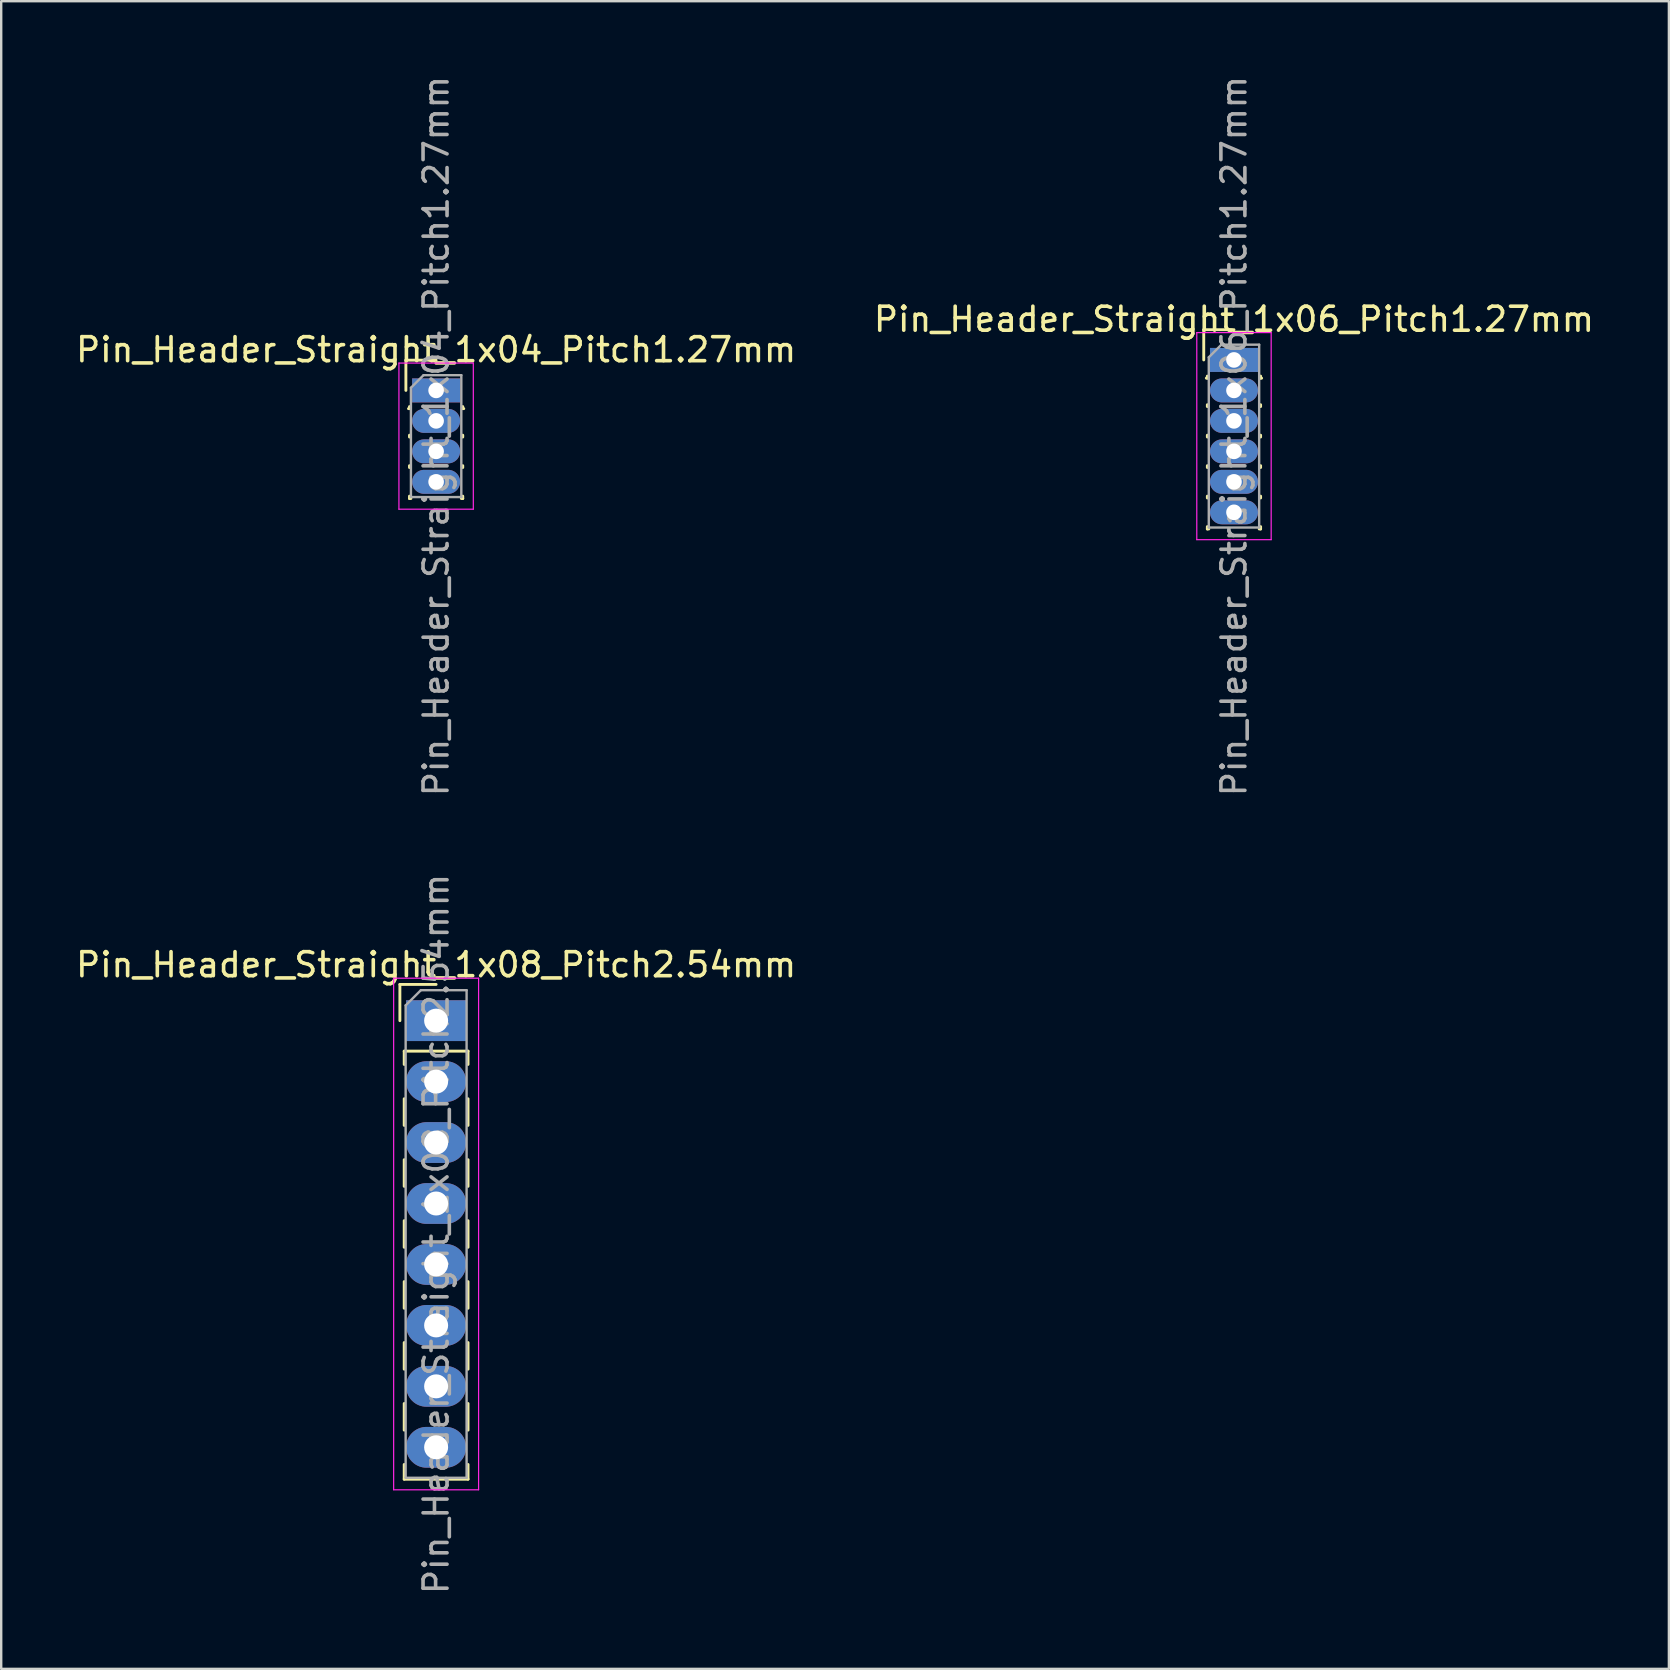
<source format=kicad_pcb>
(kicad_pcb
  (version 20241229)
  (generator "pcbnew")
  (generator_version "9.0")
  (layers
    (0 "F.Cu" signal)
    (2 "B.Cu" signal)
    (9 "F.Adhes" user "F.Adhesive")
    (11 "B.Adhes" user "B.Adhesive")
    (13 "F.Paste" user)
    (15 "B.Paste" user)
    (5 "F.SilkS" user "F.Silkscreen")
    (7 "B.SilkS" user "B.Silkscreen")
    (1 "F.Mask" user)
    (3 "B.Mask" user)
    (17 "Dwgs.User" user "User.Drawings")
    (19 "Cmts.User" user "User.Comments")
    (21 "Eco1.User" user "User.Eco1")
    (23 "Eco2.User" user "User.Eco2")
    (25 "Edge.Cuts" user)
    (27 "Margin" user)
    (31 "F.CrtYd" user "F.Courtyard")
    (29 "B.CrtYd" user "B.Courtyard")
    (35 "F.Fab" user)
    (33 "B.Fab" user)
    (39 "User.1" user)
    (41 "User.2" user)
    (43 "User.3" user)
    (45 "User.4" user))
  (footprint "Pin_Header_Straight_1x08_Pitch2.54mm"
    (layer "F.Cu")
    (at 15.125 39.485)
    (property "Reference" "Pin_Header_Straight_1x08_Pitch2.54mm" (at 0 -2.33 0) (layer "F.SilkS") (effects (font (size 1 1) (thickness 0.15))))
    (attr through_hole)
    (fp_line (start -1.51 -1.51) (end 0 -1.51) (stroke (width 0.12) (type solid)) (layer "F.SilkS"))
    (fp_line (start -1.51 0) (end -1.51 -1.51) (stroke (width 0.12) (type solid)) (layer "F.SilkS"))
    (fp_line (start -1.33 1.27) (end -1.33 1.825) (stroke (width 0.12) (type solid)) (layer "F.SilkS"))
    (fp_line (start -1.33 1.27) (end 1.33 1.27) (stroke (width 0.12) (type solid)) (layer "F.SilkS"))
    (fp_line (start -1.33 3.255) (end -1.33 4.365) (stroke (width 0.12) (type solid)) (layer "F.SilkS"))
    (fp_line (start -1.33 5.795) (end -1.33 6.905) (stroke (width 0.12) (type solid)) (layer "F.SilkS"))
    (fp_line (start -1.33 8.335) (end -1.33 9.445) (stroke (width 0.12) (type solid)) (layer "F.SilkS"))
    (fp_line (start -1.33 10.875) (end -1.33 11.985) (stroke (width 0.12) (type solid)) (layer "F.SilkS"))
    (fp_line (start -1.33 13.415) (end -1.33 14.525) (stroke (width 0.12) (type solid)) (layer "F.SilkS"))
    (fp_line (start -1.33 15.955) (end -1.33 17.065) (stroke (width 0.12) (type solid)) (layer "F.SilkS"))
    (fp_line (start -1.33 18.495) (end -1.33 19.11) (stroke (width 0.12) (type solid)) (layer "F.SilkS"))
    (fp_line (start -1.33 19.11) (end 1.33 19.11) (stroke (width 0.12) (type solid)) (layer "F.SilkS"))
    (fp_line (start 1.33 1.27) (end 1.33 1.825) (stroke (width 0.12) (type solid)) (layer "F.SilkS"))
    (fp_line (start 1.33 3.255) (end 1.33 4.365) (stroke (width 0.12) (type solid)) (layer "F.SilkS"))
    (fp_line (start 1.33 5.795) (end 1.33 6.905) (stroke (width 0.12) (type solid)) (layer "F.SilkS"))
    (fp_line (start 1.33 8.335) (end 1.33 9.445) (stroke (width 0.12) (type solid)) (layer "F.SilkS"))
    (fp_line (start 1.33 10.875) (end 1.33 11.985) (stroke (width 0.12) (type solid)) (layer "F.SilkS"))
    (fp_line (start 1.33 13.415) (end 1.33 14.525) (stroke (width 0.12) (type solid)) (layer "F.SilkS"))
    (fp_line (start 1.33 15.955) (end 1.33 17.065) (stroke (width 0.12) (type solid)) (layer "F.SilkS"))
    (fp_line (start 1.33 18.495) (end 1.33 19.11) (stroke (width 0.12) (type solid)) (layer "F.SilkS"))
    (fp_line (start -1.77 -1.77) (end -1.77 19.55) (stroke (width 0.05) (type solid)) (layer "F.CrtYd"))
    (fp_line (start -1.77 19.55) (end 1.77 19.55) (stroke (width 0.05) (type solid)) (layer "F.CrtYd"))
    (fp_line (start 1.77 -1.77) (end -1.77 -1.77) (stroke (width 0.05) (type solid)) (layer "F.CrtYd"))
    (fp_line (start 1.77 19.55) (end 1.77 -1.77) (stroke (width 0.05) (type solid)) (layer "F.CrtYd"))
    (fp_line (start -1.27 -0.635) (end -0.635 -1.27) (stroke (width 0.1) (type solid)) (layer "F.Fab"))
    (fp_line (start -1.27 19.05) (end -1.27 -0.635) (stroke (width 0.1) (type solid)) (layer "F.Fab"))
    (fp_line (start -0.635 -1.27) (end 1.27 -1.27) (stroke (width 0.1) (type solid)) (layer "F.Fab"))
    (fp_line (start 1.27 -1.27) (end 1.27 19.05) (stroke (width 0.1) (type solid)) (layer "F.Fab"))
    (fp_line (start 1.27 19.05) (end -1.27 19.05) (stroke (width 0.1) (type solid)) (layer "F.Fab"))
    (fp_text user "${REFERENCE}" (at 0 8.89 90) (layer "F.Fab") (effects (font (size 1 1) (thickness 0.15))))
    (pad "1" thru_hole rect (at 0 0) (size 2.5 1.7) (drill 1) (layers "*.Cu" "*.Mask"))
    (pad "2" thru_hole oval (at 0 2.54) (size 2.5 1.7) (drill 1) (layers "*.Cu" "*.Mask"))
    (pad "3" thru_hole oval (at 0 5.08) (size 2.5 1.7) (drill 1) (layers "*.Cu" "*.Mask"))
    (pad "4" thru_hole oval (at 0 7.62) (size 2.5 1.7) (drill 1) (layers "*.Cu" "*.Mask"))
    (pad "5" thru_hole oval (at 0 10.16) (size 2.5 1.7) (drill 1) (layers "*.Cu" "*.Mask"))
    (pad "6" thru_hole oval (at 0 12.7) (size 2.5 1.7) (drill 1) (layers "*.Cu" "*.Mask"))
    (pad "7" thru_hole oval (at 0 15.24) (size 2.5 1.7) (drill 1) (layers "*.Cu" "*.Mask"))
    (pad "8" thru_hole oval (at 0 17.78) (size 2.5 1.7) (drill 1) (layers "*.Cu" "*.Mask")))
  (footprint "Pin_Header_Straight_1x04_Pitch1.27mm"
    (layer "F.Cu")
    (at 15.125 13.22)
    (property "Reference" "Pin_Header_Straight_1x04_Pitch1.27mm" (at 0 -1.695 0) (layer "F.SilkS") (effects (font (size 1 1) (thickness 0.15))))
    (attr through_hole)
    (fp_line (start -1.26 -1.26) (end 0 -1.26) (stroke (width 0.12) (type solid)) (layer "F.SilkS"))
    (fp_line (start -1.26 0) (end -1.26 -1.26) (stroke (width 0.12) (type solid)) (layer "F.SilkS"))
    (fp_line (start -1.11 0.76) (end -1.152 0.76) (stroke (width 0.12) (type solid)) (layer "F.SilkS"))
    (fp_line (start -1.11 0.76) (end -1.11 0.674) (stroke (width 0.12) (type solid)) (layer "F.SilkS"))
    (fp_line (start -1.11 1.866) (end -1.11 1.944) (stroke (width 0.12) (type solid)) (layer "F.SilkS"))
    (fp_line (start -1.11 3.136) (end -1.11 3.214) (stroke (width 0.12) (type solid)) (layer "F.SilkS"))
    (fp_line (start -1.11 4.406) (end -1.11 4.505) (stroke (width 0.12) (type solid)) (layer "F.SilkS"))
    (fp_line (start -1.11 4.505) (end -1.051 4.505) (stroke (width 0.12) (type solid)) (layer "F.SilkS"))
    (fp_line (start 1.051 4.505) (end 1.11 4.505) (stroke (width 0.12) (type solid)) (layer "F.SilkS"))
    (fp_line (start 1.11 0.76) (end 1.11 0.674) (stroke (width 0.12) (type solid)) (layer "F.SilkS"))
    (fp_line (start 1.11 1.866) (end 1.11 1.944) (stroke (width 0.12) (type solid)) (layer "F.SilkS"))
    (fp_line (start 1.11 3.136) (end 1.11 3.214) (stroke (width 0.12) (type solid)) (layer "F.SilkS"))
    (fp_line (start 1.11 4.406) (end 1.11 4.505) (stroke (width 0.12) (type solid)) (layer "F.SilkS"))
    (fp_line (start 1.152 0.76) (end 1.11 0.76) (stroke (width 0.12) (type solid)) (layer "F.SilkS"))
    (fp_line (start -1.55 -1.14) (end -1.55 4.95) (stroke (width 0.05) (type solid)) (layer "F.CrtYd"))
    (fp_line (start -1.55 4.95) (end 1.55 4.95) (stroke (width 0.05) (type solid)) (layer "F.CrtYd"))
    (fp_line (start 1.55 -1.14) (end -1.55 -1.14) (stroke (width 0.05) (type solid)) (layer "F.CrtYd"))
    (fp_line (start 1.55 4.95) (end 1.55 -1.14) (stroke (width 0.05) (type solid)) (layer "F.CrtYd"))
    (fp_line (start -1.05 -0.11) (end -0.525 -0.635) (stroke (width 0.1) (type solid)) (layer "F.Fab"))
    (fp_line (start -1.05 4.445) (end -1.05 -0.11) (stroke (width 0.1) (type solid)) (layer "F.Fab"))
    (fp_line (start -0.525 -0.635) (end 1.05 -0.635) (stroke (width 0.1) (type solid)) (layer "F.Fab"))
    (fp_line (start 1.05 -0.635) (end 1.05 4.445) (stroke (width 0.1) (type solid)) (layer "F.Fab"))
    (fp_line (start 1.05 4.445) (end -1.05 4.445) (stroke (width 0.1) (type solid)) (layer "F.Fab"))
    (fp_text user "${REFERENCE}" (at 0 1.905 90) (layer "F.Fab") (effects (font (size 1 1) (thickness 0.15))))
    (pad "1" thru_hole rect (at 0 0) (size 2 1) (drill 0.65) (layers "*.Cu" "*.Mask"))
    (pad "2" thru_hole oval (at 0 1.27) (size 2 1) (drill 0.65) (layers "*.Cu" "*.Mask"))
    (pad "3" thru_hole oval (at 0 2.54) (size 2 1) (drill 0.65) (layers "*.Cu" "*.Mask"))
    (pad "4" thru_hole oval (at 0 3.81) (size 2 1) (drill 0.65) (layers "*.Cu" "*.Mask")))
  (footprint "Pin_Header_Straight_1x06_Pitch1.27mm"
    (layer "F.Cu")
    (at 48.375 11.95)
    (property "Reference" "Pin_Header_Straight_1x06_Pitch1.27mm" (at 0 -1.695 0) (layer "F.SilkS") (effects (font (size 1 1) (thickness 0.15))))
    (attr through_hole)
    (fp_line (start -1.26 -1.26) (end 0 -1.26) (stroke (width 0.12) (type solid)) (layer "F.SilkS"))
    (fp_line (start -1.26 0) (end -1.26 -1.26) (stroke (width 0.12) (type solid)) (layer "F.SilkS"))
    (fp_line (start -1.11 0.76) (end -1.152 0.76) (stroke (width 0.12) (type solid)) (layer "F.SilkS"))
    (fp_line (start -1.11 0.76) (end -1.11 0.674) (stroke (width 0.12) (type solid)) (layer "F.SilkS"))
    (fp_line (start -1.11 1.866) (end -1.11 1.944) (stroke (width 0.12) (type solid)) (layer "F.SilkS"))
    (fp_line (start -1.11 3.136) (end -1.11 3.214) (stroke (width 0.12) (type solid)) (layer "F.SilkS"))
    (fp_line (start -1.11 4.406) (end -1.11 4.484) (stroke (width 0.12) (type solid)) (layer "F.SilkS"))
    (fp_line (start -1.11 5.676) (end -1.11 5.754) (stroke (width 0.12) (type solid)) (layer "F.SilkS"))
    (fp_line (start -1.11 6.946) (end -1.11 7.045) (stroke (width 0.12) (type solid)) (layer "F.SilkS"))
    (fp_line (start -1.11 7.045) (end -1.051 7.045) (stroke (width 0.12) (type solid)) (layer "F.SilkS"))
    (fp_line (start 1.051 7.045) (end 1.11 7.045) (stroke (width 0.12) (type solid)) (layer "F.SilkS"))
    (fp_line (start 1.11 0.76) (end 1.11 0.674) (stroke (width 0.12) (type solid)) (layer "F.SilkS"))
    (fp_line (start 1.11 1.866) (end 1.11 1.944) (stroke (width 0.12) (type solid)) (layer "F.SilkS"))
    (fp_line (start 1.11 3.136) (end 1.11 3.214) (stroke (width 0.12) (type solid)) (layer "F.SilkS"))
    (fp_line (start 1.11 4.406) (end 1.11 4.484) (stroke (width 0.12) (type solid)) (layer "F.SilkS"))
    (fp_line (start 1.11 5.676) (end 1.11 5.754) (stroke (width 0.12) (type solid)) (layer "F.SilkS"))
    (fp_line (start 1.11 6.946) (end 1.11 7.045) (stroke (width 0.12) (type solid)) (layer "F.SilkS"))
    (fp_line (start 1.152 0.76) (end 1.11 0.76) (stroke (width 0.12) (type solid)) (layer "F.SilkS"))
    (fp_line (start -1.55 -1.14) (end -1.55 7.49) (stroke (width 0.05) (type solid)) (layer "F.CrtYd"))
    (fp_line (start -1.55 7.49) (end 1.55 7.49) (stroke (width 0.05) (type solid)) (layer "F.CrtYd"))
    (fp_line (start 1.55 -1.14) (end -1.55 -1.14) (stroke (width 0.05) (type solid)) (layer "F.CrtYd"))
    (fp_line (start 1.55 7.49) (end 1.55 -1.14) (stroke (width 0.05) (type solid)) (layer "F.CrtYd"))
    (fp_line (start -1.05 -0.11) (end -0.525 -0.635) (stroke (width 0.1) (type solid)) (layer "F.Fab"))
    (fp_line (start -1.05 6.985) (end -1.05 -0.11) (stroke (width 0.1) (type solid)) (layer "F.Fab"))
    (fp_line (start -0.525 -0.635) (end 1.05 -0.635) (stroke (width 0.1) (type solid)) (layer "F.Fab"))
    (fp_line (start 1.05 -0.635) (end 1.05 6.985) (stroke (width 0.1) (type solid)) (layer "F.Fab"))
    (fp_line (start 1.05 6.985) (end -1.05 6.985) (stroke (width 0.1) (type solid)) (layer "F.Fab"))
    (fp_text user "${REFERENCE}" (at 0 3.175 90) (layer "F.Fab") (effects (font (size 1 1) (thickness 0.15))))
    (pad "1" thru_hole rect (at 0 0) (size 2 1) (drill 0.65) (layers "*.Cu" "*.Mask"))
    (pad "2" thru_hole oval (at 0 1.27) (size 2 1) (drill 0.65) (layers "*.Cu" "*.Mask"))
    (pad "3" thru_hole oval (at 0 2.54) (size 2 1) (drill 0.65) (layers "*.Cu" "*.Mask"))
    (pad "4" thru_hole oval (at 0 3.81) (size 2 1) (drill 0.65) (layers "*.Cu" "*.Mask"))
    (pad "5" thru_hole oval (at 0 5.08) (size 2 1) (drill 0.65) (layers "*.Cu" "*.Mask"))
    (pad "6" thru_hole oval (at 0 6.35) (size 2 1) (drill 0.65) (layers "*.Cu" "*.Mask")))
  (gr_rect
    (start -3 -3)
    (end 66.5 66.5)
    (stroke (width 0.1) (type default))
    (fill no)
    (layer "Edge.Cuts")))
</source>
